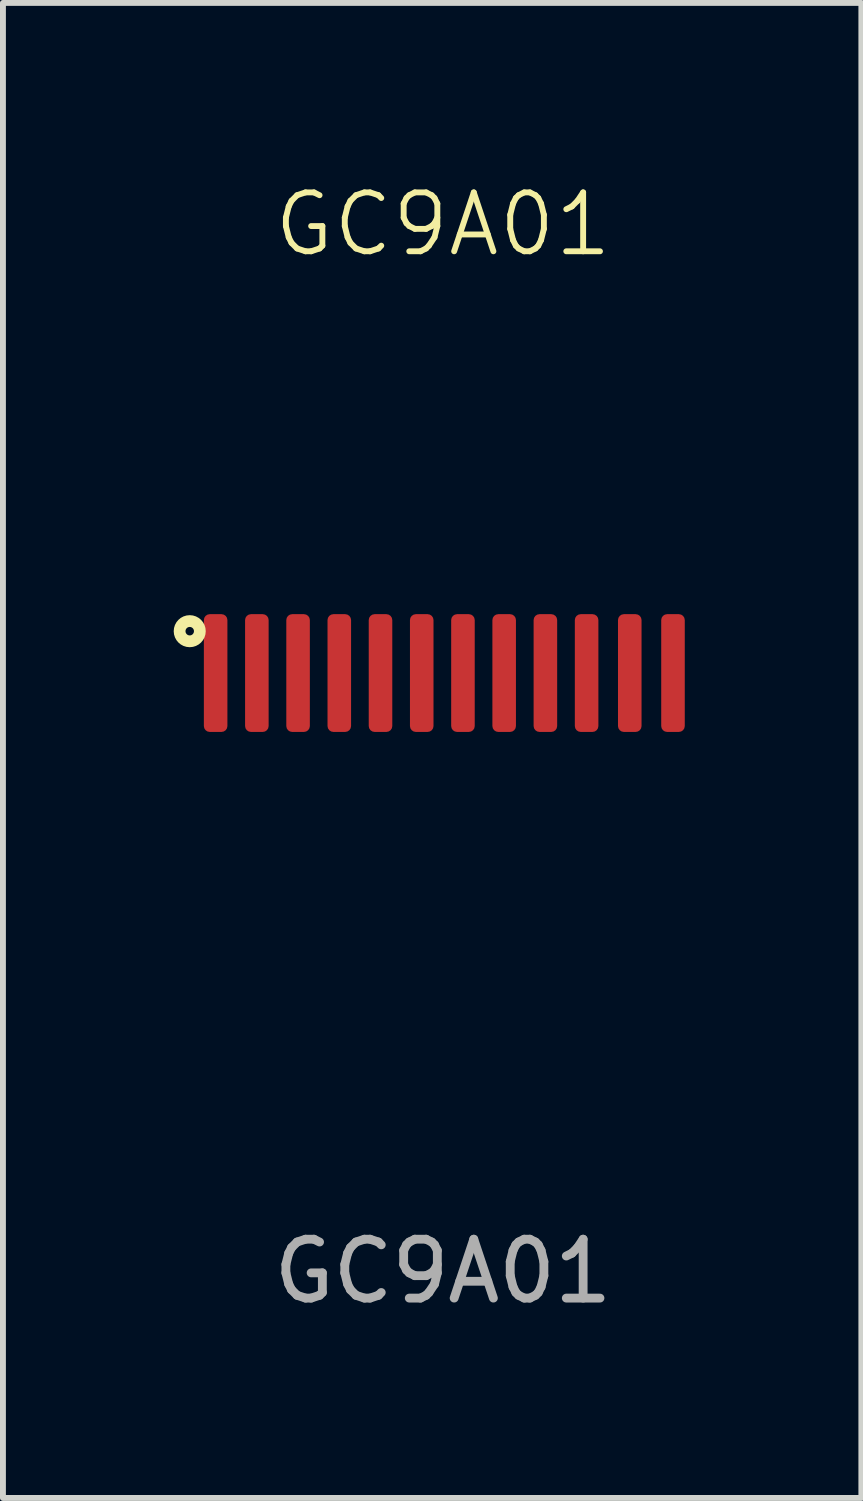
<source format=kicad_pcb>
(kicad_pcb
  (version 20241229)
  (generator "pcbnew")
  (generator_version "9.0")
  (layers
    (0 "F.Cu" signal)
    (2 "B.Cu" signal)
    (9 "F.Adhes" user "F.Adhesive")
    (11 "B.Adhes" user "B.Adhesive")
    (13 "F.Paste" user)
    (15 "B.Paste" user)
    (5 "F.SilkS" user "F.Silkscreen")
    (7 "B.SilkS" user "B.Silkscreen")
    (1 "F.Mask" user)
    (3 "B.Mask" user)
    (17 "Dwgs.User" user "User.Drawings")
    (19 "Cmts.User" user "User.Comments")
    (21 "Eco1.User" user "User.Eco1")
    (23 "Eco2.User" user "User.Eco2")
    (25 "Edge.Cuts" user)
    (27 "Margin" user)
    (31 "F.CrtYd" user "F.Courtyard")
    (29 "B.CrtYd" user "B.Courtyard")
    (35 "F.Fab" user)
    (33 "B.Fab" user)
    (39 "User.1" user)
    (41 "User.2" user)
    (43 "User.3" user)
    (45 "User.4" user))
  (footprint "GC9A01"
    (layer "F.Cu")
    (at 4.472 8.38)
    (property "Reference" "GC9A01" (at 0 -7.62 0) (unlocked yes) (layer "F.SilkS") (effects (font (size 1 1) (thickness 0.1))))
    (attr smd)
    (fp_circle (center -4.3 -0.711) (end -4.228 -0.711) (stroke (width 0.2) (type default)) (fill no) (layer "F.SilkS"))
    (fp_text user "${REFERENCE}" (at 0 10.16 0) (unlocked yes) (layer "F.Fab") (effects (font (size 1 1) (thickness 0.15))))
    (pad "1" smd roundrect (at -3.86 0) (size 0.4 2) (layers "F.Cu" "F.Mask" "F.Paste") (roundrect_rratio 0.25))
    (pad "2" smd roundrect (at -3.16 0) (size 0.4 2) (layers "F.Cu" "F.Mask" "F.Paste") (roundrect_rratio 0.25))
    (pad "3" smd roundrect (at -2.46 0) (size 0.4 2) (layers "F.Cu" "F.Mask" "F.Paste") (roundrect_rratio 0.25))
    (pad "4" smd roundrect (at -1.76 0) (size 0.4 2) (layers "F.Cu" "F.Mask" "F.Paste") (roundrect_rratio 0.25))
    (pad "5" smd roundrect (at -1.06 0) (size 0.4 2) (layers "F.Cu" "F.Mask" "F.Paste") (roundrect_rratio 0.25))
    (pad "6" smd roundrect (at -0.36 0) (size 0.4 2) (layers "F.Cu" "F.Mask" "F.Paste") (roundrect_rratio 0.25))
    (pad "7" smd roundrect (at 0.34 0) (size 0.4 2) (layers "F.Cu" "F.Mask" "F.Paste") (roundrect_rratio 0.25))
    (pad "8" smd roundrect (at 1.04 0) (size 0.4 2) (layers "F.Cu" "F.Mask" "F.Paste") (roundrect_rratio 0.25))
    (pad "9" smd roundrect (at 1.74 0) (size 0.4 2) (layers "F.Cu" "F.Mask" "F.Paste") (roundrect_rratio 0.25))
    (pad "10" smd roundrect (at 2.44 0) (size 0.4 2) (layers "F.Cu" "F.Mask" "F.Paste") (roundrect_rratio 0.25))
    (pad "11" smd roundrect (at 3.173 0) (size 0.4 2) (layers "F.Cu" "F.Mask" "F.Paste") (roundrect_rratio 0.25))
    (pad "12" smd roundrect (at 3.907 0) (size 0.4 2) (layers "F.Cu" "F.Mask" "F.Paste") (roundrect_rratio 0.25)))
  (gr_rect
    (start -3 -3)
    (end 11.578 22.389)
    (stroke (width 0.1) (type default))
    (fill no)
    (layer "Edge.Cuts")))
</source>
